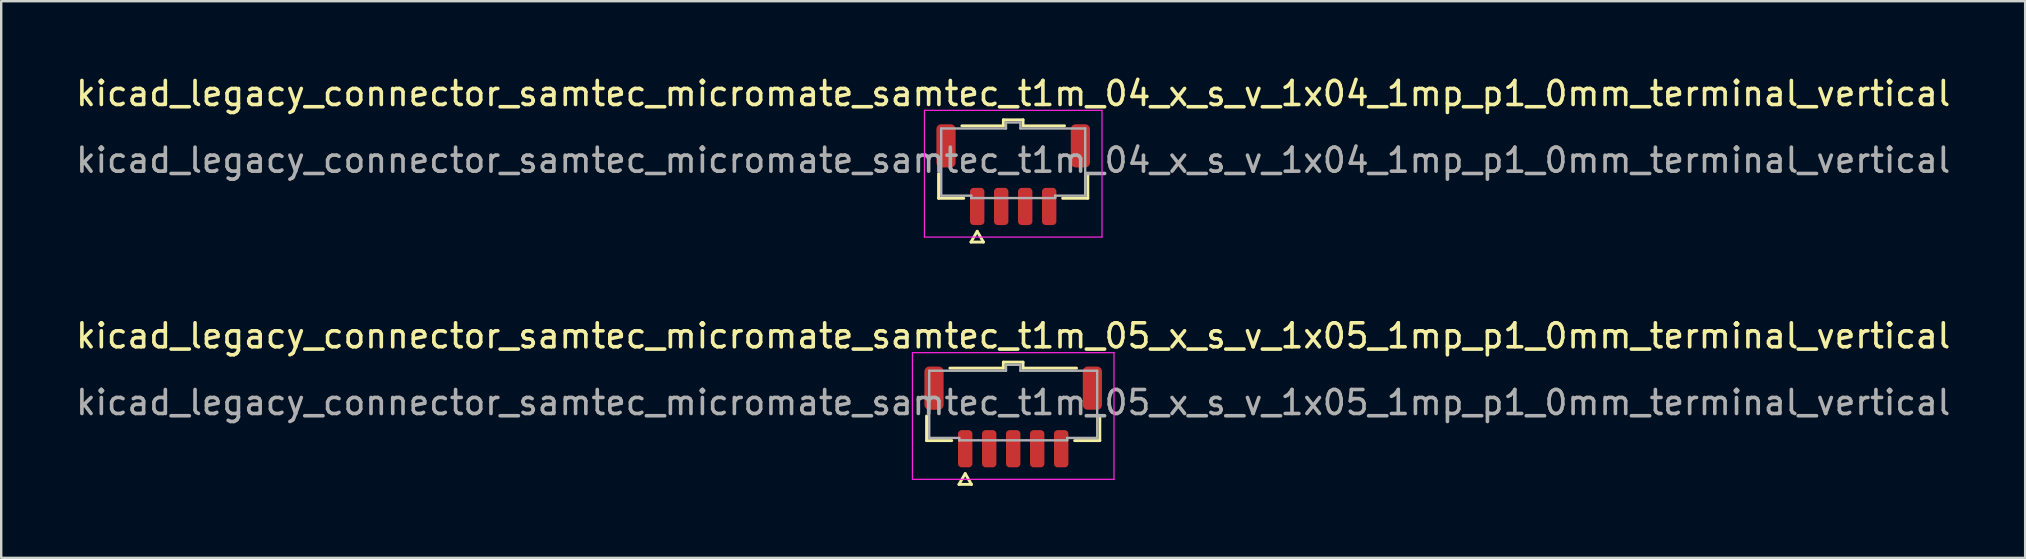
<source format=kicad_pcb>
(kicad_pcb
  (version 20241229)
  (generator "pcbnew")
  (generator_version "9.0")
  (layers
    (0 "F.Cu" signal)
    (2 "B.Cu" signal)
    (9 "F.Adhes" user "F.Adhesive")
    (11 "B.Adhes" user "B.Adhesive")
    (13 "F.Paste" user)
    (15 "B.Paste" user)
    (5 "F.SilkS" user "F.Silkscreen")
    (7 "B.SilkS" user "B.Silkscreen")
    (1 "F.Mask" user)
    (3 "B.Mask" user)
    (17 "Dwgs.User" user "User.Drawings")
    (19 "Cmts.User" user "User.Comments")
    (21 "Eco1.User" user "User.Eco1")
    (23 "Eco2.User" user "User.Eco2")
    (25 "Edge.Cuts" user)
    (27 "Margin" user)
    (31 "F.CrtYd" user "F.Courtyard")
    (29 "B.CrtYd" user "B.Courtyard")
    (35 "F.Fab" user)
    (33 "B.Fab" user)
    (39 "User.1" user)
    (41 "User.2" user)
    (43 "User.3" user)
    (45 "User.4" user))
  (footprint "kicad_legacy_connector_samtec_micromate_samtec_t1m_04_x_s_v_1x04_1mp_p1_0mm_terminal_vertical"
    (layer "F.Cu")
    (at 39.173 3.628)
    (property "Reference" "kicad_legacy_connector_samtec_micromate_samtec_t1m_04_x_s_v_1x04_1mp_p1_0mm_terminal_vertical" (at 0 -2.78 0) (layer "F.SilkS") (effects (font (size 1 1) (thickness 0.15))))
    (attr smd)
    (fp_line (start -3.11 1.585) (end -3.11 0.56) (stroke (width 0.12) (type solid)) (layer "F.SilkS"))
    (fp_line (start -2.14 -1.435) (end -0.41 -1.435) (stroke (width 0.12) (type solid)) (layer "F.SilkS"))
    (fp_line (start -2.06 1.585) (end -3.11 1.585) (stroke (width 0.12) (type solid)) (layer "F.SilkS"))
    (fp_line (start -1.76 3.41) (end -1.5 2.96) (stroke (width 0.12) (type solid)) (layer "F.SilkS"))
    (fp_line (start -1.5 2.96) (end -1.24 3.41) (stroke (width 0.12) (type solid)) (layer "F.SilkS"))
    (fp_line (start -1.24 3.41) (end -1.76 3.41) (stroke (width 0.12) (type solid)) (layer "F.SilkS"))
    (fp_line (start -0.41 -1.685) (end 0.41 -1.685) (stroke (width 0.12) (type solid)) (layer "F.SilkS"))
    (fp_line (start -0.41 -1.435) (end -0.41 -1.685) (stroke (width 0.12) (type solid)) (layer "F.SilkS"))
    (fp_line (start 0.41 -1.685) (end 0.41 -1.435) (stroke (width 0.12) (type solid)) (layer "F.SilkS"))
    (fp_line (start 0.41 -1.435) (end 2.14 -1.435) (stroke (width 0.12) (type solid)) (layer "F.SilkS"))
    (fp_line (start 3.11 0.56) (end 3.11 1.585) (stroke (width 0.12) (type solid)) (layer "F.SilkS"))
    (fp_line (start 3.11 1.585) (end 2.06 1.585) (stroke (width 0.12) (type solid)) (layer "F.SilkS"))
    (fp_line (start -3.7 -2.08) (end -3.7 3.2) (stroke (width 0.05) (type solid)) (layer "F.CrtYd"))
    (fp_line (start -3.7 3.2) (end 3.7 3.2) (stroke (width 0.05) (type solid)) (layer "F.CrtYd"))
    (fp_line (start 3.7 -2.08) (end -3.7 -2.08) (stroke (width 0.05) (type solid)) (layer "F.CrtYd"))
    (fp_line (start 3.7 3.2) (end 3.7 -2.08) (stroke (width 0.05) (type solid)) (layer "F.CrtYd"))
    (fp_line (start -3 -1.325) (end -0.3 -1.325) (stroke (width 0.1) (type solid)) (layer "F.Fab"))
    (fp_line (start -3 1.475) (end -3 -1.325) (stroke (width 0.1) (type solid)) (layer "F.Fab"))
    (fp_line (start -1.75 1.475) (end -3 1.475) (stroke (width 0.1) (type solid)) (layer "F.Fab"))
    (fp_line (start -1.75 1.575) (end -1.75 1.475) (stroke (width 0.1) (type solid)) (layer "F.Fab"))
    (fp_line (start -0.3 -1.575) (end 0.3 -1.575) (stroke (width 0.1) (type solid)) (layer "F.Fab"))
    (fp_line (start -0.3 -1.325) (end -0.3 -1.575) (stroke (width 0.1) (type solid)) (layer "F.Fab"))
    (fp_line (start 0.3 -1.575) (end 0.3 -1.325) (stroke (width 0.1) (type solid)) (layer "F.Fab"))
    (fp_line (start 0.3 -1.325) (end 3 -1.325) (stroke (width 0.1) (type solid)) (layer "F.Fab"))
    (fp_line (start 1.75 1.475) (end 1.75 1.575) (stroke (width 0.1) (type solid)) (layer "F.Fab"))
    (fp_line (start 1.75 1.575) (end -1.75 1.575) (stroke (width 0.1) (type solid)) (layer "F.Fab"))
    (fp_line (start 3 -1.325) (end 3 1.475) (stroke (width 0.1) (type solid)) (layer "F.Fab"))
    (fp_line (start 3 1.475) (end 1.75 1.475) (stroke (width 0.1) (type solid)) (layer "F.Fab"))
    (fp_text user "${REFERENCE}" (at 0 0 0) (layer "F.Fab") (effects (font (size 1 1) (thickness 0.15))))
    (pad "1" smd roundrect (at -1.5 1.925) (size 0.6 1.55) (layers "F.Cu" "F.Mask" "F.Paste") (roundrect_rratio 0.25))
    (pad "2" smd roundrect (at -0.5 1.925) (size 0.6 1.55) (layers "F.Cu" "F.Mask" "F.Paste") (roundrect_rratio 0.25))
    (pad "3" smd roundrect (at 0.5 1.925) (size 0.6 1.55) (layers "F.Cu" "F.Mask" "F.Paste") (roundrect_rratio 0.25))
    (pad "4" smd roundrect (at 1.5 1.925) (size 0.6 1.55) (layers "F.Cu" "F.Mask" "F.Paste") (roundrect_rratio 0.25))
    (pad "MP" smd roundrect (at -2.8 -0.6) (size 0.8 1.8) (layers "F.Cu" "F.Mask" "F.Paste") (roundrect_rratio 0.25))
    (pad "MP" smd roundrect (at 2.8 -0.6) (size 0.8 1.8) (layers "F.Cu" "F.Mask" "F.Paste") (roundrect_rratio 0.25)))
  (footprint "kicad_legacy_connector_samtec_micromate_samtec_t1m_05_x_s_v_1x05_1mp_p1_0mm_terminal_vertical"
    (layer "F.Cu")
    (at 39.173 13.726)
    (property "Reference" "kicad_legacy_connector_samtec_micromate_samtec_t1m_05_x_s_v_1x05_1mp_p1_0mm_terminal_vertical" (at 0 -2.78 0) (layer "F.SilkS") (effects (font (size 1 1) (thickness 0.15))))
    (attr smd)
    (fp_line (start -3.61 1.585) (end -3.61 0.56) (stroke (width 0.12) (type solid)) (layer "F.SilkS"))
    (fp_line (start -2.64 -1.435) (end -0.41 -1.435) (stroke (width 0.12) (type solid)) (layer "F.SilkS"))
    (fp_line (start -2.56 1.585) (end -3.61 1.585) (stroke (width 0.12) (type solid)) (layer "F.SilkS"))
    (fp_line (start -2.26 3.41) (end -2 2.96) (stroke (width 0.12) (type solid)) (layer "F.SilkS"))
    (fp_line (start -2 2.96) (end -1.74 3.41) (stroke (width 0.12) (type solid)) (layer "F.SilkS"))
    (fp_line (start -1.74 3.41) (end -2.26 3.41) (stroke (width 0.12) (type solid)) (layer "F.SilkS"))
    (fp_line (start -0.41 -1.685) (end 0.41 -1.685) (stroke (width 0.12) (type solid)) (layer "F.SilkS"))
    (fp_line (start -0.41 -1.435) (end -0.41 -1.685) (stroke (width 0.12) (type solid)) (layer "F.SilkS"))
    (fp_line (start 0.41 -1.685) (end 0.41 -1.435) (stroke (width 0.12) (type solid)) (layer "F.SilkS"))
    (fp_line (start 0.41 -1.435) (end 2.64 -1.435) (stroke (width 0.12) (type solid)) (layer "F.SilkS"))
    (fp_line (start 3.61 0.56) (end 3.61 1.585) (stroke (width 0.12) (type solid)) (layer "F.SilkS"))
    (fp_line (start 3.61 1.585) (end 2.56 1.585) (stroke (width 0.12) (type solid)) (layer "F.SilkS"))
    (fp_line (start -4.2 -2.08) (end -4.2 3.2) (stroke (width 0.05) (type solid)) (layer "F.CrtYd"))
    (fp_line (start -4.2 3.2) (end 4.2 3.2) (stroke (width 0.05) (type solid)) (layer "F.CrtYd"))
    (fp_line (start 4.2 -2.08) (end -4.2 -2.08) (stroke (width 0.05) (type solid)) (layer "F.CrtYd"))
    (fp_line (start 4.2 3.2) (end 4.2 -2.08) (stroke (width 0.05) (type solid)) (layer "F.CrtYd"))
    (fp_line (start -3.5 -1.325) (end -0.3 -1.325) (stroke (width 0.1) (type solid)) (layer "F.Fab"))
    (fp_line (start -3.5 1.475) (end -3.5 -1.325) (stroke (width 0.1) (type solid)) (layer "F.Fab"))
    (fp_line (start -2.25 1.475) (end -3.5 1.475) (stroke (width 0.1) (type solid)) (layer "F.Fab"))
    (fp_line (start -2.25 1.575) (end -2.25 1.475) (stroke (width 0.1) (type solid)) (layer "F.Fab"))
    (fp_line (start -0.3 -1.575) (end 0.3 -1.575) (stroke (width 0.1) (type solid)) (layer "F.Fab"))
    (fp_line (start -0.3 -1.325) (end -0.3 -1.575) (stroke (width 0.1) (type solid)) (layer "F.Fab"))
    (fp_line (start 0.3 -1.575) (end 0.3 -1.325) (stroke (width 0.1) (type solid)) (layer "F.Fab"))
    (fp_line (start 0.3 -1.325) (end 3.5 -1.325) (stroke (width 0.1) (type solid)) (layer "F.Fab"))
    (fp_line (start 2.25 1.475) (end 2.25 1.575) (stroke (width 0.1) (type solid)) (layer "F.Fab"))
    (fp_line (start 2.25 1.575) (end -2.25 1.575) (stroke (width 0.1) (type solid)) (layer "F.Fab"))
    (fp_line (start 3.5 -1.325) (end 3.5 1.475) (stroke (width 0.1) (type solid)) (layer "F.Fab"))
    (fp_line (start 3.5 1.475) (end 2.25 1.475) (stroke (width 0.1) (type solid)) (layer "F.Fab"))
    (fp_text user "${REFERENCE}" (at 0 0 0) (layer "F.Fab") (effects (font (size 1 1) (thickness 0.15))))
    (pad "1" smd roundrect (at -2 1.925) (size 0.6 1.55) (layers "F.Cu" "F.Mask" "F.Paste") (roundrect_rratio 0.25))
    (pad "2" smd roundrect (at -1 1.925) (size 0.6 1.55) (layers "F.Cu" "F.Mask" "F.Paste") (roundrect_rratio 0.25))
    (pad "3" smd roundrect (at 0 1.925) (size 0.6 1.55) (layers "F.Cu" "F.Mask" "F.Paste") (roundrect_rratio 0.25))
    (pad "4" smd roundrect (at 1 1.925) (size 0.6 1.55) (layers "F.Cu" "F.Mask" "F.Paste") (roundrect_rratio 0.25))
    (pad "5" smd roundrect (at 2 1.925) (size 0.6 1.55) (layers "F.Cu" "F.Mask" "F.Paste") (roundrect_rratio 0.25))
    (pad "MP" smd roundrect (at -3.3 -0.6) (size 0.8 1.8) (layers "F.Cu" "F.Mask" "F.Paste") (roundrect_rratio 0.25))
    (pad "MP" smd roundrect (at 3.3 -0.6) (size 0.8 1.8) (layers "F.Cu" "F.Mask" "F.Paste") (roundrect_rratio 0.25)))
  (gr_rect
    (start -3 -3)
    (end 81.345 20.197)
    (stroke (width 0.1) (type default))
    (fill no)
    (layer "Edge.Cuts")))
</source>
